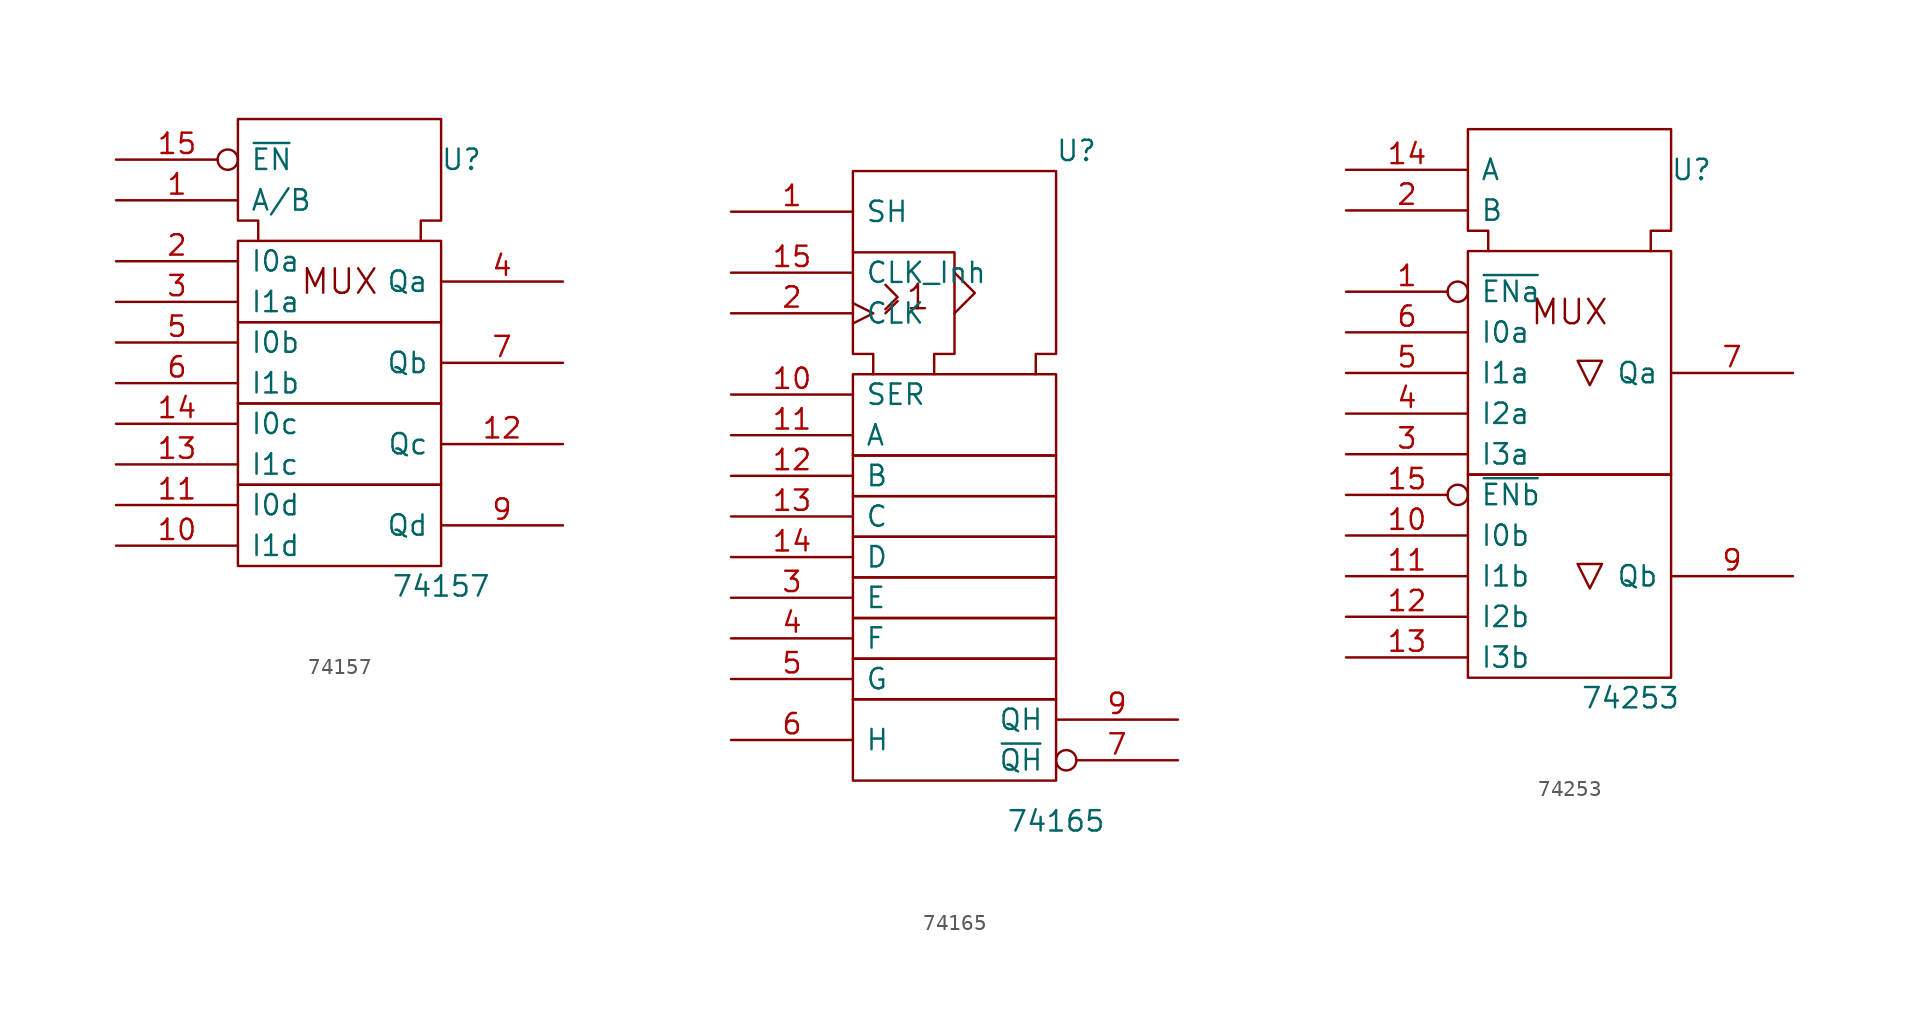
<source format=kicad_sym>
(kicad_symbol_lib
  (version 20211014)
  (generator kicad_symbol_editor)
  (symbol "74157"
    (pin_names
      (offset 0.762))
    (property "Reference" "U"
      (at 7.62 10.16 0)
      (effects (font (size 1.27 1.27))))
    (property "Value" "74157"
      (at 6.35 -16.51 0)
      (effects (font (size 1.27 1.27))))
    (symbol "74157_0_0"
      (rectangle (start -6.35 -10.16) (end 6.35 -15.24) (stroke (width 0) (type default) (color 0 0 0 0)) (fill (type none)))
      (rectangle (start -6.35 -5.08) (end 6.35 -10.16) (stroke (width 0) (type default) (color 0 0 0 0)) (fill (type none)))
      (rectangle (start -6.35 0) (end 6.35 -5.08) (stroke (width 0) (type default) (color 0 0 0 0)) (fill (type none)))
      (rectangle (start -6.35 5.08) (end 6.35 0) (stroke (width 0) (type default) (color 0 0 0 0)) (fill (type none)))
      (polyline (pts (xy -5.08 5.08) (xy -5.08 6.35) (xy -6.35 6.35) (xy -6.35 12.7) (xy 6.35 12.7) (xy 6.35 6.35) (xy 5.08 6.35) (xy 5.08 5.08) (xy 5.08 5.08)) (stroke (width 0) (type default) (color 0 0 0 0)) (fill (type none)))
      (text "MUX" (at 0 2.54 0) (effects (font (size 1.524 1.524))))
      (pin power_in line (at 3.81 12.7 270) (length 0) hide (name "VCC" (effects (font (size 1.27 1.27)))) (number "16" (effects (font (size 1.27 1.27)))))
      (pin power_in line (at 0 12.7 270) (length 0) hide (name "GND" (effects (font (size 1.27 1.27)))) (number "8" (effects (font (size 1.27 1.27))))))
    (symbol "74157_1_1"
      (pin input line (at -13.97 7.62 0) (length 7.62) (name "A/B" (effects (font (size 1.27 1.27)))) (number "1" (effects (font (size 1.27 1.27)))))
      (pin input line (at -13.97 -13.97 0) (length 7.62) (name "I1d" (effects (font (size 1.27 1.27)))) (number "10" (effects (font (size 1.27 1.27)))))
      (pin input line (at -13.97 -11.43 0) (length 7.62) (name "I0d" (effects (font (size 1.27 1.27)))) (number "11" (effects (font (size 1.27 1.27)))))
      (pin output line (at 13.97 -7.62 180) (length 7.62) (name "Qc" (effects (font (size 1.27 1.27)))) (number "12" (effects (font (size 1.27 1.27)))))
      (pin input line (at -13.97 -8.89 0) (length 7.62) (name "I1c" (effects (font (size 1.27 1.27)))) (number "13" (effects (font (size 1.27 1.27)))))
      (pin input line (at -13.97 -6.35 0) (length 7.62) (name "I0c" (effects (font (size 1.27 1.27)))) (number "14" (effects (font (size 1.27 1.27)))))
      (pin input inverted (at -13.97 10.16 0) (length 7.62) (name "~{EN}" (effects (font (size 1.27 1.27)))) (number "15" (effects (font (size 1.27 1.27)))))
      (pin input line (at -13.97 3.81 0) (length 7.62) (name "I0a" (effects (font (size 1.27 1.27)))) (number "2" (effects (font (size 1.27 1.27)))))
      (pin input line (at -13.97 1.27 0) (length 7.62) (name "I1a" (effects (font (size 1.27 1.27)))) (number "3" (effects (font (size 1.27 1.27)))))
      (pin output line (at 13.97 2.54 180) (length 7.62) (name "Qa" (effects (font (size 1.27 1.27)))) (number "4" (effects (font (size 1.27 1.27)))))
      (pin input line (at -13.97 -1.27 0) (length 7.62) (name "I0b" (effects (font (size 1.27 1.27)))) (number "5" (effects (font (size 1.27 1.27)))))
      (pin input line (at -13.97 -3.81 0) (length 7.62) (name "I1b" (effects (font (size 1.27 1.27)))) (number "6" (effects (font (size 1.27 1.27)))))
      (pin output line (at 13.97 -2.54 180) (length 7.62) (name "Qb" (effects (font (size 1.27 1.27)))) (number "7" (effects (font (size 1.27 1.27)))))
      (pin output line (at 13.97 -12.7 180) (length 7.62) (name "Qd" (effects (font (size 1.27 1.27)))) (number "9" (effects (font (size 1.27 1.27)))))))
  (symbol "74165"
    (pin_names
      (offset 0.762))
    (property "Reference" "U"
      (at 7.62 15.24 0)
      (effects (font (size 1.27 1.27))))
    (property "Value" "74165"
      (at 6.35 -26.67 0)
      (effects (font (size 1.27 1.27))))
    (symbol "74165_0_0"
      (rectangle (start -6.35 -19.05) (end -6.35 -19.05) (stroke (width 0) (type default) (color 0 0 0 0)) (fill (type none)))
      (rectangle (start -6.35 -19.05) (end 6.35 -24.13) (stroke (width 0) (type default) (color 0 0 0 0)) (fill (type none)))
      (rectangle (start -6.35 -16.51) (end 6.35 -19.05) (stroke (width 0) (type default) (color 0 0 0 0)) (fill (type none)))
      (rectangle (start -6.35 -13.97) (end 6.35 -16.51) (stroke (width 0) (type default) (color 0 0 0 0)) (fill (type none)))
      (rectangle (start -6.35 -11.43) (end 6.35 -13.97) (stroke (width 0) (type default) (color 0 0 0 0)) (fill (type none)))
      (rectangle (start -6.35 -8.89) (end 6.35 -11.43) (stroke (width 0) (type default) (color 0 0 0 0)) (fill (type none)))
      (rectangle (start -6.35 -6.35) (end 6.35 -8.89) (stroke (width 0) (type default) (color 0 0 0 0)) (fill (type none)))
      (rectangle (start -6.35 -3.81) (end 6.35 -6.35) (stroke (width 0) (type default) (color 0 0 0 0)) (fill (type none)))
      (rectangle (start -6.35 1.27) (end 6.35 -3.81) (stroke (width 0) (type default) (color 0 0 0 0)) (fill (type none)))
      (polyline (pts (xy -4.318 5.08) (xy -3.556 5.842) (xy -3.556 5.842)) (stroke (width 0) (type default) (color 0 0 0 0)) (fill (type none)))
      (polyline (pts (xy -4.318 6.858) (xy -3.556 6.096) (xy -4.318 5.334) (xy -4.318 5.334)) (stroke (width 0) (type default) (color 0 0 0 0)) (fill (type none)))
      (polyline (pts (xy 0 7.62) (xy 1.27 6.35) (xy 0 5.08) (xy 0 5.08)) (stroke (width 0) (type default) (color 0 0 0 0)) (fill (type none)))
      (polyline (pts (xy -6.35 8.89) (xy 0 8.89) (xy 0 2.54) (xy -1.27 2.54) (xy -1.27 1.27) (xy -1.27 1.27)) (stroke (width 0) (type default) (color 0 0 0 0)) (fill (type none)))
      (polyline (pts (xy -5.08 1.27) (xy -5.08 2.54) (xy -6.35 2.54) (xy -6.35 13.97) (xy 6.35 13.97) (xy 6.35 2.54) (xy 5.08 2.54) (xy 5.08 1.27) (xy 5.08 1.27)) (stroke (width 0) (type default) (color 0 0 0 0)) (fill (type none)))
      (text "1" (at -2.286 6.096 0) (effects (font (size 1.524 1.524)))))
    (symbol "74165_0_1"
      (pin power_in line (at 0 13.97 270) (length 0) hide (name "GND" (effects (font (size 1.27 1.27)))) (number "8" (effects (font (size 1.27 1.27))))))
    (symbol "74165_1_1"
      (pin input line (at -13.97 11.43 0) (length 7.62) (name "SH" (effects (font (size 1.27 1.27)))) (number "1" (effects (font (size 1.27 1.27)))))
      (pin input line (at -13.97 0 0) (length 7.62) (name "SER" (effects (font (size 1.27 1.27)))) (number "10" (effects (font (size 1.27 1.27)))))
      (pin input line (at -13.97 -2.54 0) (length 7.62) (name "A" (effects (font (size 1.27 1.27)))) (number "11" (effects (font (size 1.27 1.27)))))
      (pin input line (at -13.97 -5.08 0) (length 7.62) (name "B" (effects (font (size 1.27 1.27)))) (number "12" (effects (font (size 1.27 1.27)))))
      (pin input line (at -13.97 -7.62 0) (length 7.62) (name "C" (effects (font (size 1.27 1.27)))) (number "13" (effects (font (size 1.27 1.27)))))
      (pin input line (at -13.97 -10.16 0) (length 7.62) (name "D" (effects (font (size 1.27 1.27)))) (number "14" (effects (font (size 1.27 1.27)))))
      (pin input line (at -13.97 7.62 0) (length 7.62) (name "CLK_Inh" (effects (font (size 1.27 1.27)))) (number "15" (effects (font (size 1.27 1.27)))))
      (pin power_in line (at 5.08 13.97 270) (length 0) hide (name "VCC" (effects (font (size 1.27 1.27)))) (number "16" (effects (font (size 1.27 1.27)))))
      (pin input clock (at -13.97 5.08 0) (length 7.62) (name "CLK" (effects (font (size 1.27 1.27)))) (number "2" (effects (font (size 1.27 1.27)))))
      (pin input line (at -13.97 -12.7 0) (length 7.62) (name "E" (effects (font (size 1.27 1.27)))) (number "3" (effects (font (size 1.27 1.27)))))
      (pin input line (at -13.97 -15.24 0) (length 7.62) (name "F" (effects (font (size 1.27 1.27)))) (number "4" (effects (font (size 1.27 1.27)))))
      (pin input line (at -13.97 -17.78 0) (length 7.62) (name "G" (effects (font (size 1.27 1.27)))) (number "5" (effects (font (size 1.27 1.27)))))
      (pin input line (at -13.97 -21.59 0) (length 7.62) (name "H" (effects (font (size 1.27 1.27)))) (number "6" (effects (font (size 1.27 1.27)))))
      (pin output inverted (at 13.97 -22.86 180) (length 7.62) (name "~{QH}" (effects (font (size 1.27 1.27)))) (number "7" (effects (font (size 1.27 1.27)))))
      (pin tri_state line (at 13.97 -20.32 180) (length 7.62) (name "QH" (effects (font (size 1.27 1.27)))) (number "9" (effects (font (size 1.27 1.27)))))))
  (symbol "74253"
    (pin_names
      (offset 0.762))
    (property "Reference" "U"
      (at 7.62 16.51 0)
      (effects (font (size 1.27 1.27))))
    (property "Value" "74253"
      (at 3.81 -16.51 0)
      (effects (font (size 1.27 1.27))))
    (symbol "74253_0_0"
      (rectangle (start -6.35 -2.54) (end 6.35 -15.24) (stroke (width 0) (type default) (color 0 0 0 0)) (fill (type none)))
      (rectangle (start -6.35 11.43) (end 6.35 -2.54) (stroke (width 0) (type default) (color 0 0 0 0)) (fill (type none)))
      (polyline (pts (xy 2.032 -8.128) (xy 0.508 -8.128) (xy 1.27 -9.652) (xy 2.032 -8.128) (xy 2.032 -8.128)) (stroke (width 0) (type default) (color 0 0 0 0)) (fill (type none)))
      (polyline (pts (xy 2.032 4.572) (xy 0.508 4.572) (xy 1.27 3.048) (xy 2.032 4.572) (xy 2.032 4.572)) (stroke (width 0) (type default) (color 0 0 0 0)) (fill (type none)))
      (polyline (pts (xy -5.08 11.43) (xy -5.08 12.7) (xy -6.35 12.7) (xy -6.35 19.05) (xy 6.35 19.05) (xy 6.35 12.7) (xy 5.08 12.7) (xy 5.08 11.43) (xy 5.08 11.43)) (stroke (width 0) (type default) (color 0 0 0 0)) (fill (type none)))
      (text "MUX" (at 0 7.62 0) (effects (font (size 1.524 1.524))))
      (pin power_in line (at 3.81 19.05 270) (length 0) hide (name "VCC" (effects (font (size 1.27 1.27)))) (number "16" (effects (font (size 1.27 1.27)))))
      (pin power_in line (at 0 19.05 270) (length 0) hide (name "GND" (effects (font (size 1.27 1.27)))) (number "8" (effects (font (size 1.27 1.27))))))
    (symbol "74253_1_1"
      (pin input inverted (at -13.97 8.89 0) (length 7.62) (name "~{ENa}" (effects (font (size 1.27 1.27)))) (number "1" (effects (font (size 1.27 1.27)))))
      (pin input line (at -13.97 -6.35 0) (length 7.62) (name "I0b" (effects (font (size 1.27 1.27)))) (number "10" (effects (font (size 1.27 1.27)))))
      (pin input line (at -13.97 -8.89 0) (length 7.62) (name "I1b" (effects (font (size 1.27 1.27)))) (number "11" (effects (font (size 1.27 1.27)))))
      (pin input line (at -13.97 -11.43 0) (length 7.62) (name "I2b" (effects (font (size 1.27 1.27)))) (number "12" (effects (font (size 1.27 1.27)))))
      (pin input line (at -13.97 -13.97 0) (length 7.62) (name "I3b" (effects (font (size 1.27 1.27)))) (number "13" (effects (font (size 1.27 1.27)))))
      (pin input line (at -13.97 16.51 0) (length 7.62) (name "A" (effects (font (size 1.27 1.27)))) (number "14" (effects (font (size 1.27 1.27)))))
      (pin input inverted (at -13.97 -3.81 0) (length 7.62) (name "~{ENb}" (effects (font (size 1.27 1.27)))) (number "15" (effects (font (size 1.27 1.27)))))
      (pin input line (at -13.97 13.97 0) (length 7.62) (name "B" (effects (font (size 1.27 1.27)))) (number "2" (effects (font (size 1.27 1.27)))))
      (pin input line (at -13.97 -1.27 0) (length 7.62) (name "I3a" (effects (font (size 1.27 1.27)))) (number "3" (effects (font (size 1.27 1.27)))))
      (pin input line (at -13.97 1.27 0) (length 7.62) (name "I2a" (effects (font (size 1.27 1.27)))) (number "4" (effects (font (size 1.27 1.27)))))
      (pin input line (at -13.97 3.81 0) (length 7.62) (name "I1a" (effects (font (size 1.27 1.27)))) (number "5" (effects (font (size 1.27 1.27)))))
      (pin input line (at -13.97 6.35 0) (length 7.62) (name "I0a" (effects (font (size 1.27 1.27)))) (number "6" (effects (font (size 1.27 1.27)))))
      (pin tri_state line (at 13.97 3.81 180) (length 7.62) (name "Qa" (effects (font (size 1.27 1.27)))) (number "7" (effects (font (size 1.27 1.27)))))
      (pin tri_state line (at 13.97 -8.89 180) (length 7.62) (name "Qb" (effects (font (size 1.27 1.27)))) (number "9" (effects (font (size 1.27 1.27))))))))
</source>
